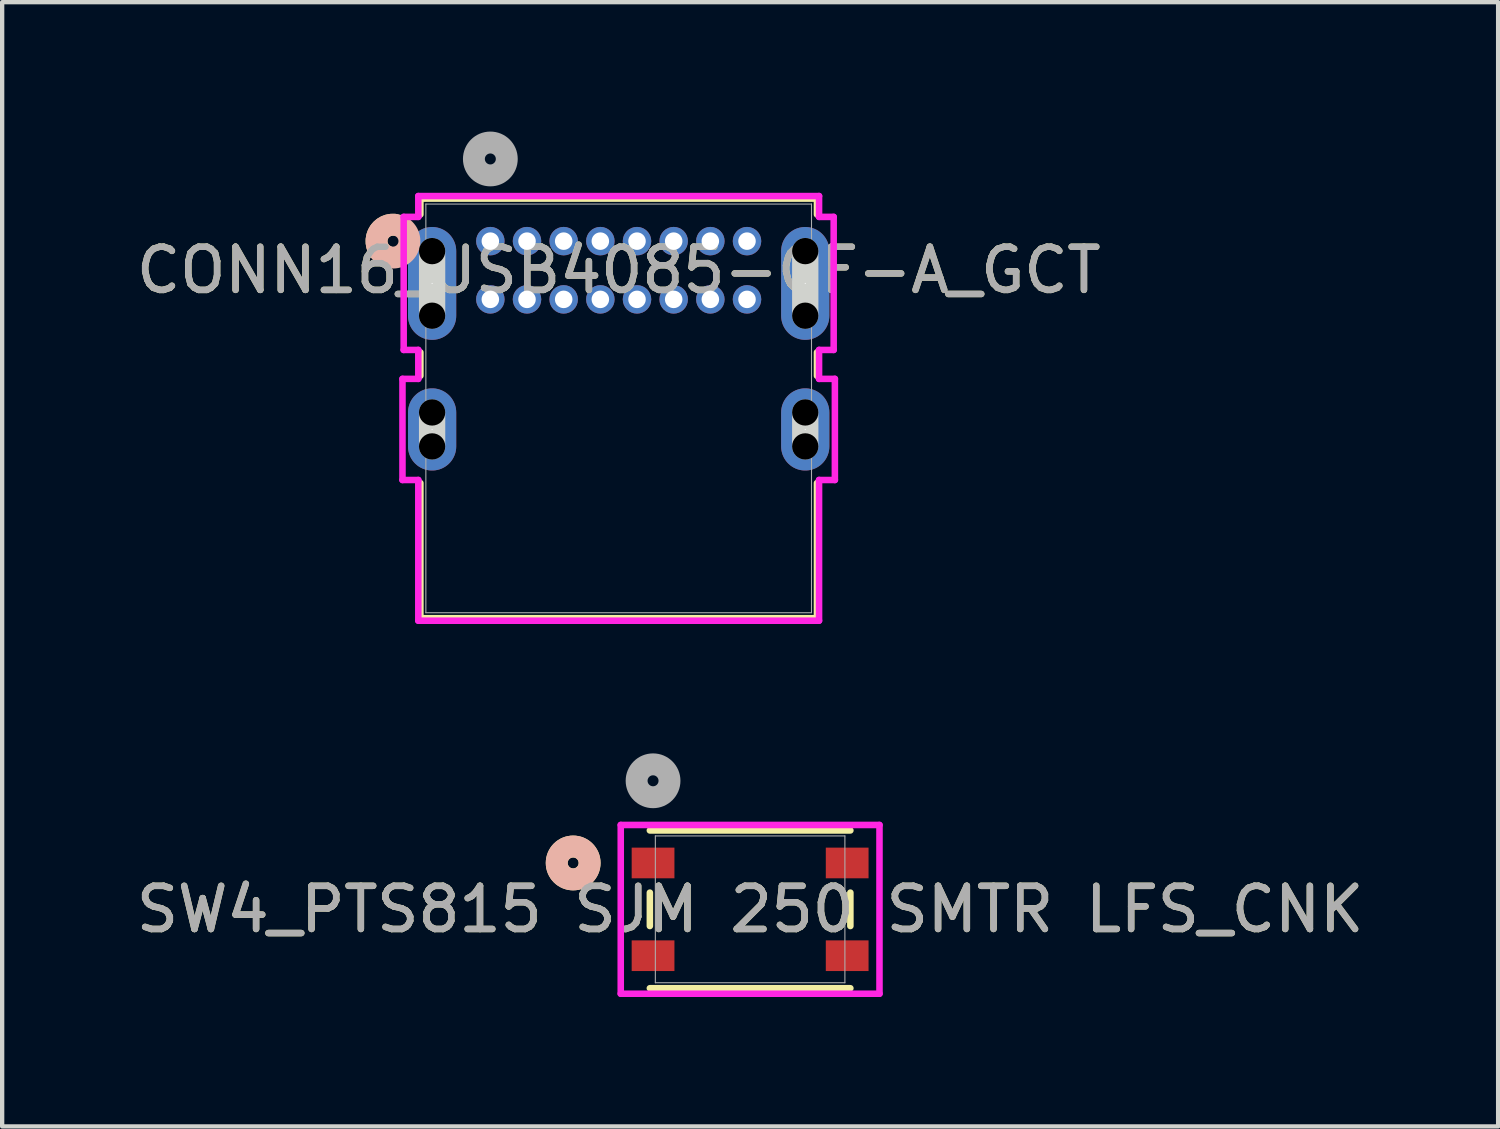
<source format=kicad_pcb>
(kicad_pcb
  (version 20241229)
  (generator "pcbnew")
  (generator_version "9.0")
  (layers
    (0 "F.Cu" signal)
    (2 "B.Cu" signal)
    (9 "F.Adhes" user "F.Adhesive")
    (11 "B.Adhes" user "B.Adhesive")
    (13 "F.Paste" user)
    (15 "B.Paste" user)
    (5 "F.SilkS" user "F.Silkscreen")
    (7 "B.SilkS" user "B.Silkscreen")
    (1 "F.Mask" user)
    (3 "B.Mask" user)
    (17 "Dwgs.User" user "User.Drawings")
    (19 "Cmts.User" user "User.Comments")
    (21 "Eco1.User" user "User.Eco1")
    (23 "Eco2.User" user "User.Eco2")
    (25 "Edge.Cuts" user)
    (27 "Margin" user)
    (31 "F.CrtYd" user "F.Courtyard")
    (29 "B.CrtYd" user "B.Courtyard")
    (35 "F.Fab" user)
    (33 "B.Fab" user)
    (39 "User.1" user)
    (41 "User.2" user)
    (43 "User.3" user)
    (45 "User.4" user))
  (footprint "CONN16_USB4085-GF-A_GCT"
    (layer "F.Cu")
    (at 8.317 2.54)
    (property "Reference" "CONN16_USB4085-GF-A_GCT" (at 2.975 0.675 0) (unlocked yes) (layer "F.SilkS") (effects (font (size 1 1) (thickness 0.15))))
    (attr through_hole)
    (fp_line (start -1.622 -0.987) (end -1.622 -0.618) (stroke (width 0.152) (type solid)) (layer "F.SilkS"))
    (fp_line (start -1.622 2.578) (end -1.622 3.122) (stroke (width 0.152) (type solid)) (layer "F.SilkS"))
    (fp_line (start -1.622 5.608) (end -1.622 8.741) (stroke (width 0.152) (type solid)) (layer "F.SilkS"))
    (fp_line (start -1.622 8.741) (end 7.572 8.741) (stroke (width 0.152) (type solid)) (layer "F.SilkS"))
    (fp_line (start 7.572 -0.987) (end -1.622 -0.987) (stroke (width 0.152) (type solid)) (layer "F.SilkS"))
    (fp_line (start 7.572 -0.618) (end 7.572 -0.987) (stroke (width 0.152) (type solid)) (layer "F.SilkS"))
    (fp_line (start 7.572 3.122) (end 7.572 2.578) (stroke (width 0.152) (type solid)) (layer "F.SilkS"))
    (fp_line (start 7.572 8.741) (end 7.572 5.608) (stroke (width 0.152) (type solid)) (layer "F.SilkS"))
    (fp_arc (start -2.41934 0.344872) (mid -2.625765 -0.097305) (end -2.2279 -0.379856) (stroke (width 0.508) (type solid)) (layer "F.SilkS"))
    (fp_circle (center -2.257 0) (end -1.876 0) (stroke (width 0.508) (type solid)) (fill no) (layer "B.SilkS"))
    (fp_line (start -1.35 1.729) (end -1.35 0.231) (stroke (width 0.61) (type solid)) (layer "Edge.Cuts"))
    (fp_line (start -1.35 4.759) (end -1.35 3.971) (stroke (width 0.61) (type solid)) (layer "Edge.Cuts"))
    (fp_line (start 7.3 1.729) (end 7.3 0.231) (stroke (width 0.61) (type solid)) (layer "Edge.Cuts"))
    (fp_line (start 7.3 4.759) (end 7.3 3.971) (stroke (width 0.61) (type solid)) (layer "Edge.Cuts"))
    (fp_line (start -2.037 3.193) (end -2.037 5.537) (stroke (width 0.152) (type solid)) (layer "F.CrtYd"))
    (fp_line (start -2.037 5.537) (end -1.67 5.537) (stroke (width 0.152) (type solid)) (layer "F.CrtYd"))
    (fp_line (start -2.009 -0.562) (end -2.009 2.522) (stroke (width 0.152) (type solid)) (layer "F.CrtYd"))
    (fp_line (start -2.009 2.522) (end -1.67 2.522) (stroke (width 0.152) (type solid)) (layer "F.CrtYd"))
    (fp_line (start -1.67 2.522) (end -1.67 3.193) (stroke (width 0.152) (type solid)) (layer "F.CrtYd"))
    (fp_line (start -1.67 3.193) (end -2.037 3.193) (stroke (width 0.152) (type solid)) (layer "F.CrtYd"))
    (fp_line (start -1.67 5.537) (end -1.67 8.799) (stroke (width 0.152) (type solid)) (layer "F.CrtYd"))
    (fp_line (start -1.67 8.799) (end 7.62 8.799) (stroke (width 0.152) (type solid)) (layer "F.CrtYd"))
    (fp_line (start -1.67 -1.045) (end -1.67 -0.562) (stroke (width 0.152) (type solid)) (layer "F.CrtYd"))
    (fp_line (start -1.67 -0.562) (end -2.009 -0.562) (stroke (width 0.152) (type solid)) (layer "F.CrtYd"))
    (fp_line (start 7.62 5.537) (end 7.987 5.537) (stroke (width 0.152) (type solid)) (layer "F.CrtYd"))
    (fp_line (start 7.62 8.799) (end 7.62 5.537) (stroke (width 0.152) (type solid)) (layer "F.CrtYd"))
    (fp_line (start 7.62 -0.562) (end 7.62 -1.045) (stroke (width 0.152) (type solid)) (layer "F.CrtYd"))
    (fp_line (start 7.62 2.522) (end 7.959 2.522) (stroke (width 0.152) (type solid)) (layer "F.CrtYd"))
    (fp_line (start 7.62 3.193) (end 7.62 2.522) (stroke (width 0.152) (type solid)) (layer "F.CrtYd"))
    (fp_line (start 7.62 -1.045) (end -1.67 -1.045) (stroke (width 0.152) (type solid)) (layer "F.CrtYd"))
    (fp_line (start 7.959 -0.562) (end 7.62 -0.562) (stroke (width 0.152) (type solid)) (layer "F.CrtYd"))
    (fp_line (start 7.959 2.522) (end 7.959 -0.562) (stroke (width 0.152) (type solid)) (layer "F.CrtYd"))
    (fp_line (start 7.987 3.193) (end 7.62 3.193) (stroke (width 0.152) (type solid)) (layer "F.CrtYd"))
    (fp_line (start 7.987 5.537) (end 7.987 3.193) (stroke (width 0.152) (type solid)) (layer "F.CrtYd"))
    (fp_line (start -1.495 -0.86) (end -1.495 8.614) (stroke (width 0.025) (type solid)) (layer "F.Fab"))
    (fp_line (start -1.495 8.614) (end 7.445 8.614) (stroke (width 0.025) (type solid)) (layer "F.Fab"))
    (fp_line (start 7.445 -0.86) (end -1.495 -0.86) (stroke (width 0.025) (type solid)) (layer "F.Fab"))
    (fp_line (start 7.445 8.614) (end 7.445 -0.86) (stroke (width 0.025) (type solid)) (layer "F.Fab"))
    (fp_circle (center 0 -1.905) (end 0.381 -1.905) (stroke (width 0.508) (type solid)) (fill no) (layer "F.Fab"))
    (fp_text user "${REFERENCE}" (at 2.975 0.675 0) (unlocked yes) (layer "F.Fab") (effects (font (size 1 1) (thickness 0.15))))
    (pad "" np_thru_hole circle (at -1.35 0.231) (size 0.61 0.61) (drill 0.61) (layers))
    (pad "" np_thru_hole circle (at -1.35 1.729) (size 0.61 0.61) (drill 0.61) (layers))
    (pad "" np_thru_hole circle (at -1.35 3.971) (size 0.61 0.61) (drill 0.61) (layers))
    (pad "" np_thru_hole circle (at -1.35 4.759) (size 0.61 0.61) (drill 0.61) (layers))
    (pad "" np_thru_hole circle (at 7.3 0.231) (size 0.61 0.61) (drill 0.61) (layers))
    (pad "" np_thru_hole circle (at 7.3 1.729) (size 0.61 0.61) (drill 0.61) (layers))
    (pad "" np_thru_hole circle (at 7.3 3.971) (size 0.61 0.61) (drill 0.61) (layers))
    (pad "" np_thru_hole circle (at 7.3 4.759) (size 0.61 0.61) (drill 0.61) (layers))
    (pad "A1" thru_hole circle (at 0 0) (size 0.66 0.66) (drill 0.406) (layers "*.Cu" "*.Mask"))
    (pad "A4" thru_hole circle (at 0.85 0) (size 0.66 0.66) (drill 0.406) (layers "*.Cu" "*.Mask"))
    (pad "A5" thru_hole circle (at 1.7 0) (size 0.66 0.66) (drill 0.406) (layers "*.Cu" "*.Mask"))
    (pad "A6" thru_hole circle (at 2.55 0) (size 0.66 0.66) (drill 0.406) (layers "*.Cu" "*.Mask"))
    (pad "A7" thru_hole circle (at 3.4 0) (size 0.66 0.66) (drill 0.406) (layers "*.Cu" "*.Mask"))
    (pad "A8" thru_hole circle (at 4.25 0) (size 0.66 0.66) (drill 0.406) (layers "*.Cu" "*.Mask"))
    (pad "A9" thru_hole circle (at 5.1 0) (size 0.66 0.66) (drill 0.406) (layers "*.Cu" "*.Mask"))
    (pad "A12" thru_hole circle (at 5.95 0) (size 0.66 0.66) (drill 0.406) (layers "*.Cu" "*.Mask"))
    (pad "B1" thru_hole circle (at 5.95 1.35) (size 0.66 0.66) (drill 0.406) (layers "*.Cu" "*.Mask"))
    (pad "B4" thru_hole circle (at 5.1 1.35) (size 0.66 0.66) (drill 0.406) (layers "*.Cu" "*.Mask"))
    (pad "B5" thru_hole circle (at 4.25 1.35) (size 0.66 0.66) (drill 0.406) (layers "*.Cu" "*.Mask"))
    (pad "B6" thru_hole circle (at 3.4 1.35) (size 0.66 0.66) (drill 0.406) (layers "*.Cu" "*.Mask"))
    (pad "B7" thru_hole circle (at 2.55 1.35) (size 0.66 0.66) (drill 0.406) (layers "*.Cu" "*.Mask"))
    (pad "B8" thru_hole circle (at 1.7 1.35) (size 0.66 0.66) (drill 0.406) (layers "*.Cu" "*.Mask"))
    (pad "B9" thru_hole circle (at 0.85 1.35) (size 0.66 0.66) (drill 0.406) (layers "*.Cu" "*.Mask"))
    (pad "B12" thru_hole circle (at 0 1.35) (size 0.66 0.66) (drill 0.406) (layers "*.Cu" "*.Mask"))
    (pad "S" thru_hole oval (at -1.35 0.98 90) (size 2.616 1.118) (drill 0.025) (layers "*.Cu" "*.Mask"))
    (pad "S" thru_hole oval (at -1.35 4.365 90) (size 1.905 1.118) (drill 0.025) (layers "*.Cu" "*.Mask"))
    (pad "S" thru_hole oval (at 7.3 0.98 90) (size 2.616 1.118) (drill 0.025) (layers "*.Cu" "*.Mask"))
    (pad "S" thru_hole oval (at 7.3 4.365 90) (size 1.905 1.118) (drill 0.025) (layers "*.Cu" "*.Mask")))
  (footprint "SW4_PTS815 SJM 250 SMTR LFS_CNK"
    (layer "F.Cu")
    (at 14.339 18.03)
    (property "Reference" "SW4_PTS815 SJM 250 SMTR LFS_CNK" (at 0 0 0) (unlocked yes) (layer "F.SilkS") (effects (font (size 1 1) (thickness 0.15))))
    (attr smd)
    (fp_line (start -2.324 -0.387) (end -2.324 0.387) (stroke (width 0.152) (type solid)) (layer "F.SilkS"))
    (fp_line (start -2.324 1.829) (end 2.324 1.829) (stroke (width 0.152) (type solid)) (layer "F.SilkS"))
    (fp_line (start 2.324 -1.829) (end -2.324 -1.829) (stroke (width 0.152) (type solid)) (layer "F.SilkS"))
    (fp_line (start 2.324 0.387) (end 2.324 -0.387) (stroke (width 0.152) (type solid)) (layer "F.SilkS"))
    (fp_circle (center -4.102 -1.075) (end -3.721 -1.075) (stroke (width 0.508) (type solid)) (fill no) (layer "F.SilkS"))
    (fp_circle (center -4.102 -1.075) (end -3.721 -1.075) (stroke (width 0.508) (type solid)) (fill no) (layer "B.SilkS"))
    (fp_line (start -2.999 -1.956) (end -2.999 1.956) (stroke (width 0.152) (type solid)) (layer "F.CrtYd"))
    (fp_line (start -2.999 1.956) (end 2.999 1.956) (stroke (width 0.152) (type solid)) (layer "F.CrtYd"))
    (fp_line (start 2.999 -1.956) (end -2.999 -1.956) (stroke (width 0.152) (type solid)) (layer "F.CrtYd"))
    (fp_line (start 2.999 1.956) (end 2.999 -1.956) (stroke (width 0.152) (type solid)) (layer "F.CrtYd"))
    (fp_line (start -2.197 -1.702) (end -2.197 1.702) (stroke (width 0.025) (type solid)) (layer "F.Fab"))
    (fp_line (start -2.197 1.702) (end 2.197 1.702) (stroke (width 0.025) (type solid)) (layer "F.Fab"))
    (fp_line (start 2.197 -1.702) (end -2.197 -1.702) (stroke (width 0.025) (type solid)) (layer "F.Fab"))
    (fp_line (start 2.197 1.702) (end 2.197 -1.702) (stroke (width 0.025) (type solid)) (layer "F.Fab"))
    (fp_circle (center -2.25 -2.98) (end -1.869 -2.98) (stroke (width 0.508) (type solid)) (fill no) (layer "F.Fab"))
    (fp_text user "${REFERENCE}" (at 0 0 0) (unlocked yes) (layer "F.Fab") (effects (font (size 1 1) (thickness 0.15))))
    (pad "1" smd rect (at -2.25 -1.075) (size 0.991 0.711) (layers "F.Cu" "F.Mask" "F.Paste"))
    (pad "1" smd rect (at 2.25 -1.075) (size 0.991 0.711) (layers "F.Cu" "F.Mask" "F.Paste"))
    (pad "2" smd rect (at -2.25 1.075) (size 0.991 0.711) (layers "F.Cu" "F.Mask" "F.Paste"))
    (pad "2" smd rect (at 2.25 1.075) (size 0.991 0.711) (layers "F.Cu" "F.Mask" "F.Paste")))
  (gr_rect
    (start -3 -3)
    (end 31.679 23.062)
    (stroke (width 0.1) (type default))
    (fill no)
    (layer "Edge.Cuts")))
</source>
